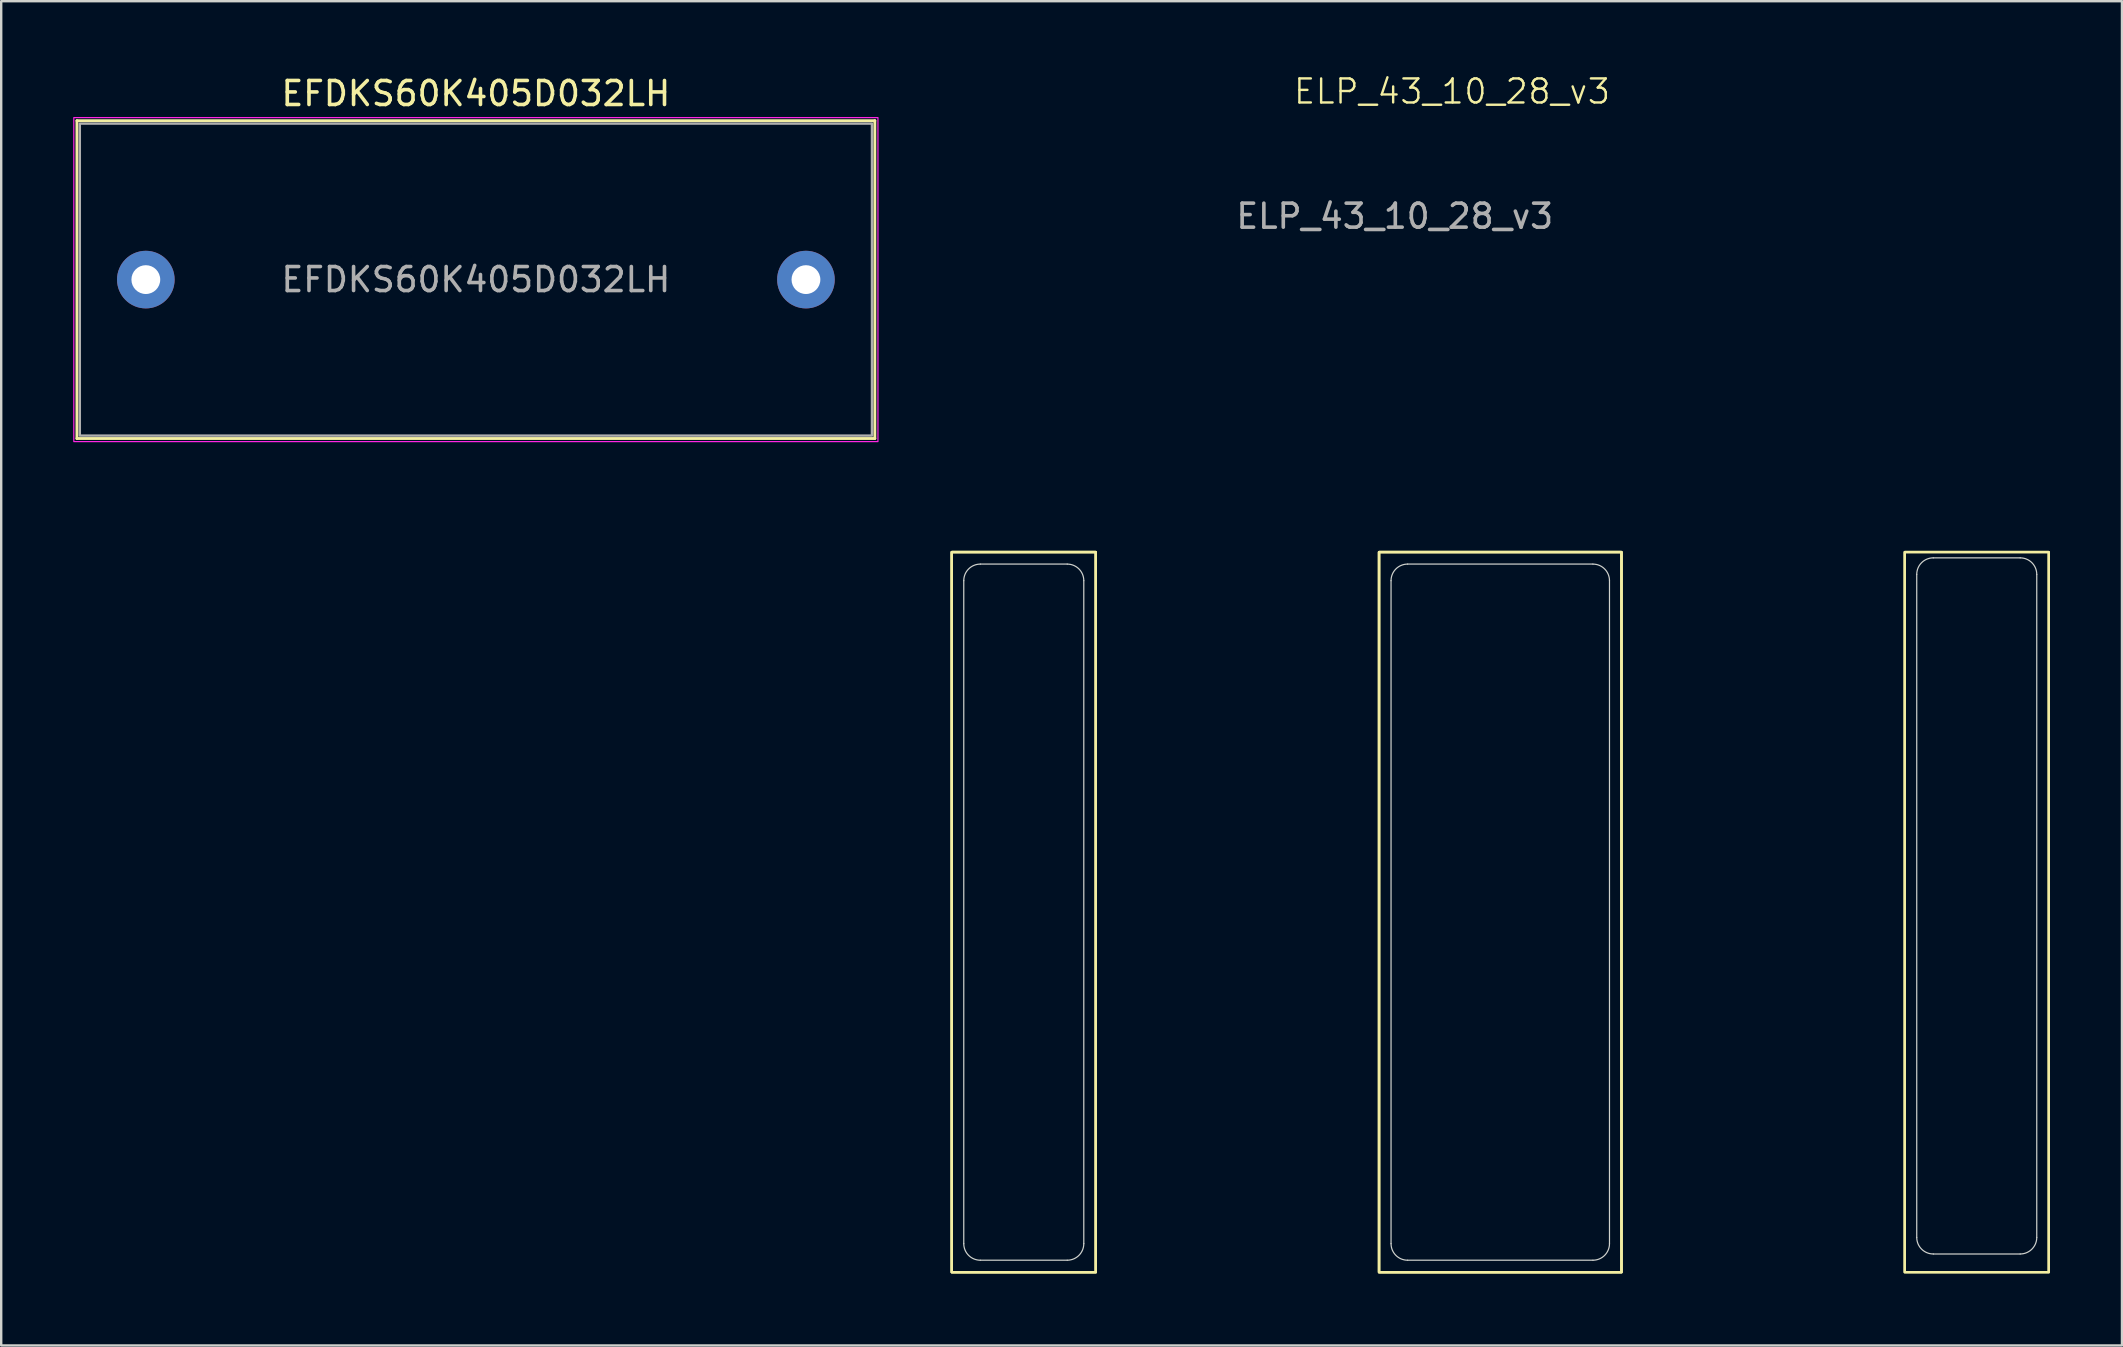
<source format=kicad_pcb>
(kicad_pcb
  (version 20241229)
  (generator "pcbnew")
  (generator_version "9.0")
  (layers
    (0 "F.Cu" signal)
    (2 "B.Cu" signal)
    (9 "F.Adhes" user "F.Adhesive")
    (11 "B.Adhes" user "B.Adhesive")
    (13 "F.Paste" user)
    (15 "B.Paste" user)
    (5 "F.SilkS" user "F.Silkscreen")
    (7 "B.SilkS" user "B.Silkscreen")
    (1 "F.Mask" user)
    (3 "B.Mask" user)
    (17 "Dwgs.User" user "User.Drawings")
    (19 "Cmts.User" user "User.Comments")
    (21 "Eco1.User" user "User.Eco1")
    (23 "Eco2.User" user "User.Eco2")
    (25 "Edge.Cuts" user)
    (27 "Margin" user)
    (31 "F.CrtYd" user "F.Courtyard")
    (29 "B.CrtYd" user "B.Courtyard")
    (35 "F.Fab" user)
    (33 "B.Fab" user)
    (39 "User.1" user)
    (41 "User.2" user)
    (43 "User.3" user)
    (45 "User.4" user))
  (footprint "ELP_43_10_28_v3"
    (layer "F.Cu")
    (at 57.44 1.26)
    (property "Reference" "ELP_43_10_28_v3" (at 0 -0.5 0) (unlocked yes) (layer "F.SilkS") (effects (font (size 1 1) (thickness 0.1))))
    (fp_rect (start -20.84 18.69) (end -14.84 48.69) (stroke (width 0.1) (type solid)) (fill no) (layer "F.SilkS"))
    (fp_rect (start -20.84 18.69) (end -14.84 48.69) (stroke (width 0.1) (type solid)) (fill no) (layer "F.SilkS"))
    (fp_rect (start -20.84 18.69) (end -14.84 48.69) (stroke (width 0.1) (type solid)) (fill no) (layer "F.SilkS"))
    (fp_rect (start -3.04 18.69) (end 7.06 48.69) (stroke (width 0.1) (type solid)) (fill no) (layer "F.SilkS"))
    (fp_rect (start -3.04 18.69) (end 7.06 48.69) (stroke (width 0.1) (type solid)) (fill no) (layer "F.SilkS"))
    (fp_rect (start -3.04 18.69) (end 7.06 48.69) (stroke (width 0.1) (type solid)) (fill no) (layer "F.SilkS"))
    (fp_rect (start 18.86 18.69) (end 24.86 48.69) (stroke (width 0.1) (type solid)) (fill no) (layer "F.SilkS"))
    (fp_rect (start 18.86 18.69) (end 24.86 48.69) (stroke (width 0.1) (type solid)) (fill no) (layer "F.SilkS"))
    (fp_line (start -20.34 47.5) (end -20.34 19.88) (stroke (width 0.05) (type default)) (layer "Eco2.User"))
    (fp_line (start -19.65 19.19) (end -16.03 19.19) (stroke (width 0.05) (type default)) (layer "Eco2.User"))
    (fp_line (start -16.03 48.19) (end -19.65 48.19) (stroke (width 0.05) (type default)) (layer "Eco2.User"))
    (fp_line (start -15.34 19.88) (end -15.34 47.5) (stroke (width 0.05) (type default)) (layer "Eco2.User"))
    (fp_rect (start -19.74 19.74) (end -15.94 47.64) (stroke (width 0.05) (type solid)) (fill no) (layer "Eco2.User"))
    (fp_rect (start -19.74 19.74) (end -15.94 47.64) (stroke (width 0.05) (type solid)) (fill no) (layer "Eco2.User"))
    (fp_rect (start -19.74 19.74) (end -15.94 47.64) (stroke (width 0.05) (type solid)) (fill no) (layer "Eco2.User"))
    (fp_rect (start -19.74 19.74) (end 23.76 47.64) (stroke (width 0.05) (type default)) (fill no) (layer "Eco2.User"))
    (fp_rect (start -2.04 19.74) (end 6.06 47.64) (stroke (width 0.05) (type solid)) (fill no) (layer "Eco2.User"))
    (fp_rect (start -2.04 19.74) (end 6.06 47.64) (stroke (width 0.05) (type solid)) (fill no) (layer "Eco2.User"))
    (fp_rect (start -2.04 19.74) (end 6.06 47.64) (stroke (width 0.05) (type solid)) (fill no) (layer "Eco2.User"))
    (fp_rect (start 19.96 19.74) (end 23.76 47.64) (stroke (width 0.05) (type solid)) (fill no) (layer "Eco2.User"))
    (fp_rect (start 19.96 19.74) (end 23.76 47.64) (stroke (width 0.05) (type solid)) (fill no) (layer "Eco2.User"))
    (fp_arc (start -20.34 19.880072) (mid -20.137883 19.392117) (end -19.649928 19.19) (stroke (width 0.05) (type solid)) (layer "Eco2.User"))
    (fp_arc (start -19.649928 48.19) (mid -20.137883 47.987883) (end -20.34 47.499928) (stroke (width 0.05) (type solid)) (layer "Eco2.User"))
    (fp_arc (start -16.030072 19.19) (mid -15.542117 19.392117) (end -15.34 19.880072) (stroke (width 0.05) (type solid)) (layer "Eco2.User"))
    (fp_arc (start -15.34 47.499928) (mid -15.542117 47.987883) (end -16.030072 48.19) (stroke (width 0.05) (type solid)) (layer "Eco2.User"))
    (fp_line (start -20.34 47.5) (end -20.34 19.88) (stroke (width 0.05) (type default)) (layer "Edge.Cuts"))
    (fp_line (start -19.65 19.19) (end -16.03 19.19) (stroke (width 0.05) (type default)) (layer "Edge.Cuts"))
    (fp_line (start -16.03 48.19) (end -19.65 48.19) (stroke (width 0.05) (type default)) (layer "Edge.Cuts"))
    (fp_line (start -15.34 19.88) (end -15.34 47.5) (stroke (width 0.05) (type default)) (layer "Edge.Cuts"))
    (fp_line (start -2.54 47.5) (end -2.54 19.88) (stroke (width 0.05) (type default)) (layer "Edge.Cuts"))
    (fp_line (start -1.85 19.19) (end 5.87 19.19) (stroke (width 0.05) (type default)) (layer "Edge.Cuts"))
    (fp_line (start 5.87 48.19) (end -1.85 48.19) (stroke (width 0.05) (type default)) (layer "Edge.Cuts"))
    (fp_line (start 6.56 19.88) (end 6.56 47.5) (stroke (width 0.05) (type default)) (layer "Edge.Cuts"))
    (fp_line (start 19.36 47.24) (end 19.36 19.62) (stroke (width 0.05) (type default)) (layer "Edge.Cuts"))
    (fp_line (start 20.05 18.93) (end 23.67 18.93) (stroke (width 0.05) (type default)) (layer "Edge.Cuts"))
    (fp_line (start 23.67 47.93) (end 20.05 47.93) (stroke (width 0.05) (type default)) (layer "Edge.Cuts"))
    (fp_line (start 24.36 19.62) (end 24.36 47.24) (stroke (width 0.05) (type default)) (layer "Edge.Cuts"))
    (fp_arc (start -20.34 19.880072) (mid -20.137883 19.392117) (end -19.649928 19.19) (stroke (width 0.05) (type solid)) (layer "Edge.Cuts"))
    (fp_arc (start -19.649928 48.19) (mid -20.137883 47.987883) (end -20.34 47.499928) (stroke (width 0.05) (type solid)) (layer "Edge.Cuts"))
    (fp_arc (start -16.030072 19.19) (mid -15.542117 19.392117) (end -15.34 19.880072) (stroke (width 0.05) (type solid)) (layer "Edge.Cuts"))
    (fp_arc (start -15.34 47.499928) (mid -15.542117 47.987883) (end -16.030072 48.19) (stroke (width 0.05) (type solid)) (layer "Edge.Cuts"))
    (fp_arc (start -2.54 19.880072) (mid -2.337883 19.392117) (end -1.849928 19.19) (stroke (width 0.05) (type solid)) (layer "Edge.Cuts"))
    (fp_arc (start -1.849928 48.19) (mid -2.337884 47.987883) (end -2.54 47.499928) (stroke (width 0.05) (type solid)) (layer "Edge.Cuts"))
    (fp_arc (start 5.869928 19.19) (mid 6.357864 19.392127) (end 6.56 19.880072) (stroke (width 0.05) (type solid)) (layer "Edge.Cuts"))
    (fp_arc (start 6.56 47.499928) (mid 6.3579 47.987921) (end 5.869928 48.19) (stroke (width 0.05) (type solid)) (layer "Edge.Cuts"))
    (fp_arc (start 19.36 19.620072) (mid 19.562116 19.132108) (end 20.050072 18.93) (stroke (width 0.05) (type solid)) (layer "Edge.Cuts"))
    (fp_arc (start 20.050072 47.93) (mid 19.562151 47.72787) (end 19.36 47.239928) (stroke (width 0.05) (type solid)) (layer "Edge.Cuts"))
    (fp_arc (start 23.669928 18.93) (mid 24.157864 19.132127) (end 24.36 19.620072) (stroke (width 0.05) (type solid)) (layer "Edge.Cuts"))
    (fp_arc (start 24.36 47.239928) (mid 24.1579 47.727921) (end 23.669928 47.93) (stroke (width 0.05) (type solid)) (layer "Edge.Cuts"))
    (fp_text user "meas : 3.8-3.9mm +0.5*2= 5" (at -12.19 11.99 0) (unlocked yes) (layer "Eco2.User") (effects (font (size 1 1) (thickness 0.15)) (justify left bottom)))
    (fp_text user "meas : 8.1mm +0.5*2= 9.1" (at -12.19 9.57 0) (unlocked yes) (layer "Eco2.User") (effects (font (size 1 1) (thickness 0.15)) (justify left bottom)))
    (fp_text user "meas : 27.8-27.9mm +0.5*2= 29" (at -12.19 14.31 0) (unlocked yes) (layer "Eco2.User") (effects (font (size 1 1) (thickness 0.15)) (justify left bottom)))
    (fp_text user "${REFERENCE}" (at -2.386 4.698 0) (unlocked yes) (layer "F.Fab") (effects (font (size 1 1) (thickness 0.15)))))
  (footprint "EFDKS60K405D032LH"
    (layer "F.Cu")
    (at 3.025 8.598)
    (property "Reference" "EFDKS60K405D032LH" (at 13.75 -7.75 0) (layer "F.SilkS") (effects (font (size 1 1) (thickness 0.15))))
    (attr through_hole)
    (fp_line (start -2.87 -6.62) (end 30.37 -6.62) (stroke (width 0.12) (type solid)) (layer "F.SilkS"))
    (fp_line (start -2.87 6.62) (end -2.87 -6.62) (stroke (width 0.12) (type solid)) (layer "F.SilkS"))
    (fp_line (start 30.37 -6.62) (end 30.37 6.62) (stroke (width 0.12) (type solid)) (layer "F.SilkS"))
    (fp_line (start 30.37 6.62) (end -2.87 6.62) (stroke (width 0.12) (type solid)) (layer "F.SilkS"))
    (fp_rect (start -3 -6.75) (end 30.5 6.75) (stroke (width 0.05) (type solid)) (fill no) (layer "F.CrtYd"))
    (fp_rect (start -2.75 -6.5) (end 30.25 6.5) (stroke (width 0.1) (type solid)) (fill no) (layer "F.Fab"))
    (fp_text user "${REFERENCE}" (at 13.75 0 0) (layer "F.Fab") (effects (font (size 1 1) (thickness 0.15))))
    (pad "1" thru_hole circle (at 0 0) (size 2.4 2.4) (drill 1.2) (layers "*.Cu" "*.Mask"))
    (pad "2" thru_hole circle (at 27.5 0) (size 2.4 2.4) (drill 1.2) (layers "*.Cu" "*.Mask")))
  (gr_rect
    (start -3 -3)
    (end 85.35 53.001)
    (stroke (width 0.1) (type default))
    (fill no)
    (layer "Edge.Cuts")))
</source>
